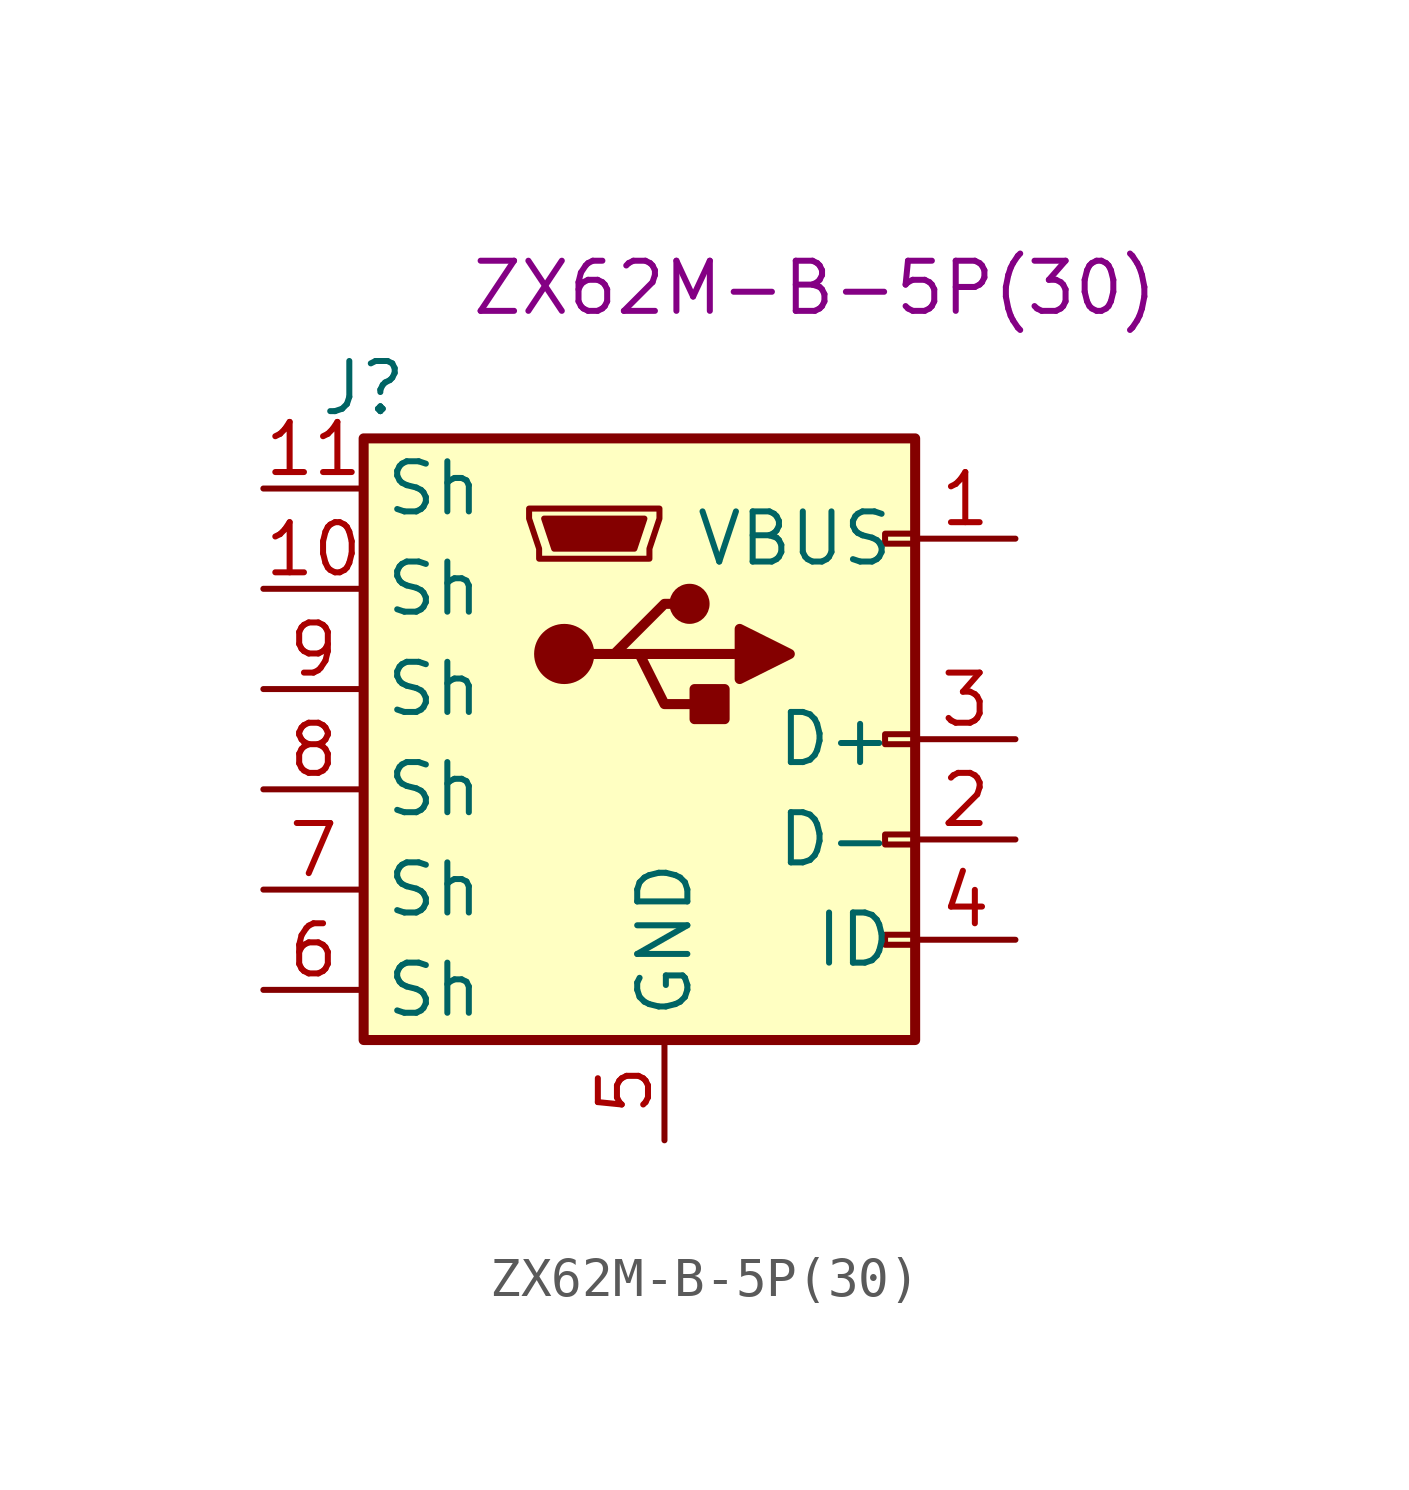
<source format=kicad_sym>
(kicad_symbol_lib
  (version 20241209)
  (generator "kicad_symbol_editor")
  (generator_version "9.0")
  (symbol "ZX62M-B-5P(30)"
    (property "Reference" "J"
      (at -8.89 8.89 0)
      (effects (font (size 1.27 1.27))))
    (property "PartNumber" "ZX62M-B-5P(30)"
      (at 2.54 11.43 0)
      (effects (font (size 1.27 1.27))))
    (symbol "ZX62M-B-5P(30)_0_1"
      (rectangle (start -8.89 7.62) (end 5.08 -7.62) (stroke (width 0.254) (type default)) (fill (type background)))
      (polyline (pts (xy -4.699 5.842) (xy -4.699 5.588) (xy -4.445 4.826) (xy -4.445 4.572) (xy -1.651 4.572) (xy -1.651 4.826) (xy -1.397 5.588) (xy -1.397 5.842) (xy -4.699 5.842)) (stroke (width 0) (type default)) (fill (type none)))
      (polyline (pts (xy -4.318 5.588) (xy -1.778 5.588) (xy -2.032 4.826) (xy -4.064 4.826) (xy -4.318 5.588)) (stroke (width 0) (type default)) (fill (type outline)))
      (circle (center -3.81 2.159) (radius 0.635) (stroke (width 0.254) (type default)) (fill (type outline)))
      (polyline (pts (xy -3.175 2.159) (xy -2.54 2.159) (xy -1.27 3.429) (xy -0.635 3.429)) (stroke (width 0.254) (type default)) (fill (type none)))
      (polyline (pts (xy -2.54 2.159) (xy -1.905 2.159) (xy -1.27 0.889) (xy 0 0.889)) (stroke (width 0.254) (type default)) (fill (type none)))
      (polyline (pts (xy -1.905 2.159) (xy 0.635 2.159)) (stroke (width 0.254) (type default)) (fill (type none)))
      (circle (center -0.635 3.429) (radius 0.381) (stroke (width 0.254) (type default)) (fill (type outline)))
      (rectangle (start 0.254 1.27) (end -0.508 0.508) (stroke (width 0.254) (type default)) (fill (type outline)))
      (polyline (pts (xy 0.635 2.794) (xy 0.635 1.524) (xy 1.905 2.159) (xy 0.635 2.794)) (stroke (width 0.254) (type default)) (fill (type outline)))
      (rectangle (start 5.08 4.953) (end 4.318 5.207) (stroke (width 0) (type default)) (fill (type none)))
      (rectangle (start 5.08 -0.127) (end 4.318 0.127) (stroke (width 0) (type default)) (fill (type none)))
      (rectangle (start 5.08 -2.667) (end 4.318 -2.413) (stroke (width 0) (type default)) (fill (type none)))
      (rectangle (start 5.08 -5.207) (end 4.318 -4.953) (stroke (width 0) (type default)) (fill (type none))))
    (symbol "ZX62M-B-5P(30)_1_1"
      (pin passive line (at -11.43 6.35 0) (length 2.54) (name "Sh" (effects (font (size 1.27 1.27)))) (number "11" (effects (font (size 1.27 1.27)))))
      (pin passive line (at -11.43 3.81 0) (length 2.54) (name "Sh" (effects (font (size 1.27 1.27)))) (number "10" (effects (font (size 1.27 1.27)))))
      (pin passive line (at -11.43 1.27 0) (length 2.54) (name "Sh" (effects (font (size 1.27 1.27)))) (number "9" (effects (font (size 1.27 1.27)))))
      (pin passive line (at -11.43 -1.27 0) (length 2.54) (name "Sh" (effects (font (size 1.27 1.27)))) (number "8" (effects (font (size 1.27 1.27)))))
      (pin passive line (at -11.43 -3.81 0) (length 2.54) (name "Sh" (effects (font (size 1.27 1.27)))) (number "7" (effects (font (size 1.27 1.27)))))
      (pin passive line (at -11.43 -6.35 0) (length 2.54) (name "Sh" (effects (font (size 1.27 1.27)))) (number "6" (effects (font (size 1.27 1.27)))))
      (pin power_out line (at -1.27 -10.16 90) (length 2.54) (name "GND" (effects (font (size 1.27 1.27)))) (number "5" (effects (font (size 1.27 1.27)))))
      (pin power_out line (at 7.62 5.08 180) (length 2.54) (name "VBUS" (effects (font (size 1.27 1.27)))) (number "1" (effects (font (size 1.27 1.27)))))
      (pin bidirectional line (at 7.62 0 180) (length 2.54) (name "D+" (effects (font (size 1.27 1.27)))) (number "3" (effects (font (size 1.27 1.27)))))
      (pin bidirectional line (at 7.62 -2.54 180) (length 2.54) (name "D-" (effects (font (size 1.27 1.27)))) (number "2" (effects (font (size 1.27 1.27)))))
      (pin passive line (at 7.62 -5.08 180) (length 2.54) (name "ID" (effects (font (size 1.27 1.27)))) (number "4" (effects (font (size 1.27 1.27))))))))
</source>
